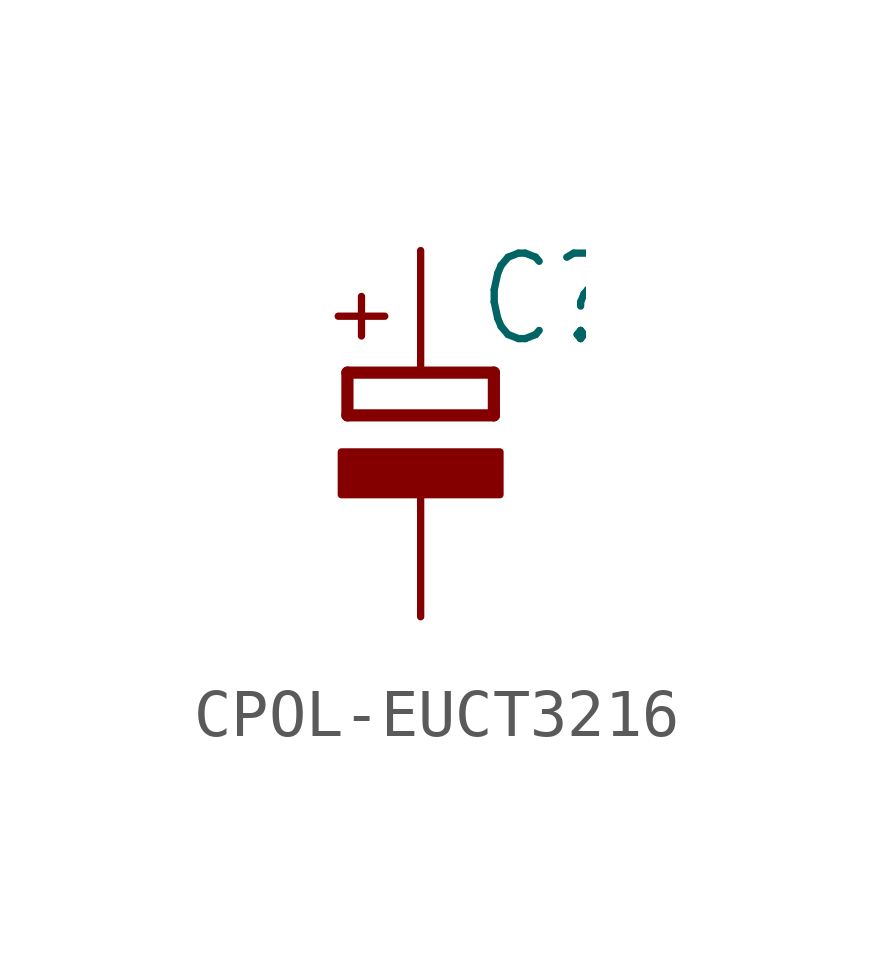
<source format=kicad_sym>
(kicad_symbol_lib
  (version 20231120)
  (generator "kicad_symbol_editor")
  (generator_version "8.0")
  (symbol "CPOL-EUCT3216"
    (property "Reference" "C"
      (at 1.143 0.483 0)
      (effects (font (size 1.778 1.511)) (justify left bottom)))
    (property "Value" ""
      (at 1.143 -4.597 0)
      (effects (font (size 1.778 1.511)) (justify left bottom)))
    (property "ki_locked" ""
      (at 0 0 0)
      (effects (font (size 1.27 1.27))))
    (symbol "CPOL-EUCT3216_1_0"
      (rectangle (start -1.651 -2.54) (end 1.651 -1.651) (stroke (width 0) (type default)) (fill (type outline)))
      (polyline (pts (xy -1.524 -0.889) (xy 1.524 -0.889)) (stroke (width 0.254) (type solid)) (fill (type none)))
      (polyline (pts (xy -1.524 0) (xy -1.524 -0.889)) (stroke (width 0.254) (type solid)) (fill (type none)))
      (polyline (pts (xy -1.524 0) (xy 1.524 0)) (stroke (width 0.254) (type solid)) (fill (type none)))
      (polyline (pts (xy 1.524 -0.889) (xy 1.524 0)) (stroke (width 0.254) (type solid)) (fill (type none)))
      (text "+" (at -0.584 0.406 900) (effects (font (size 1.27 1.079)) (justify left bottom)))
      (pin passive line (at 0 -5.08 90) (length 2.54) (name "-" (effects (font (size 0 0)))) (number "+" (effects (font (size 0 0)))))
      (pin passive line (at 0 2.54 270) (length 2.54) (name "+" (effects (font (size 0 0)))) (number "-" (effects (font (size 0 0))))))))
</source>
